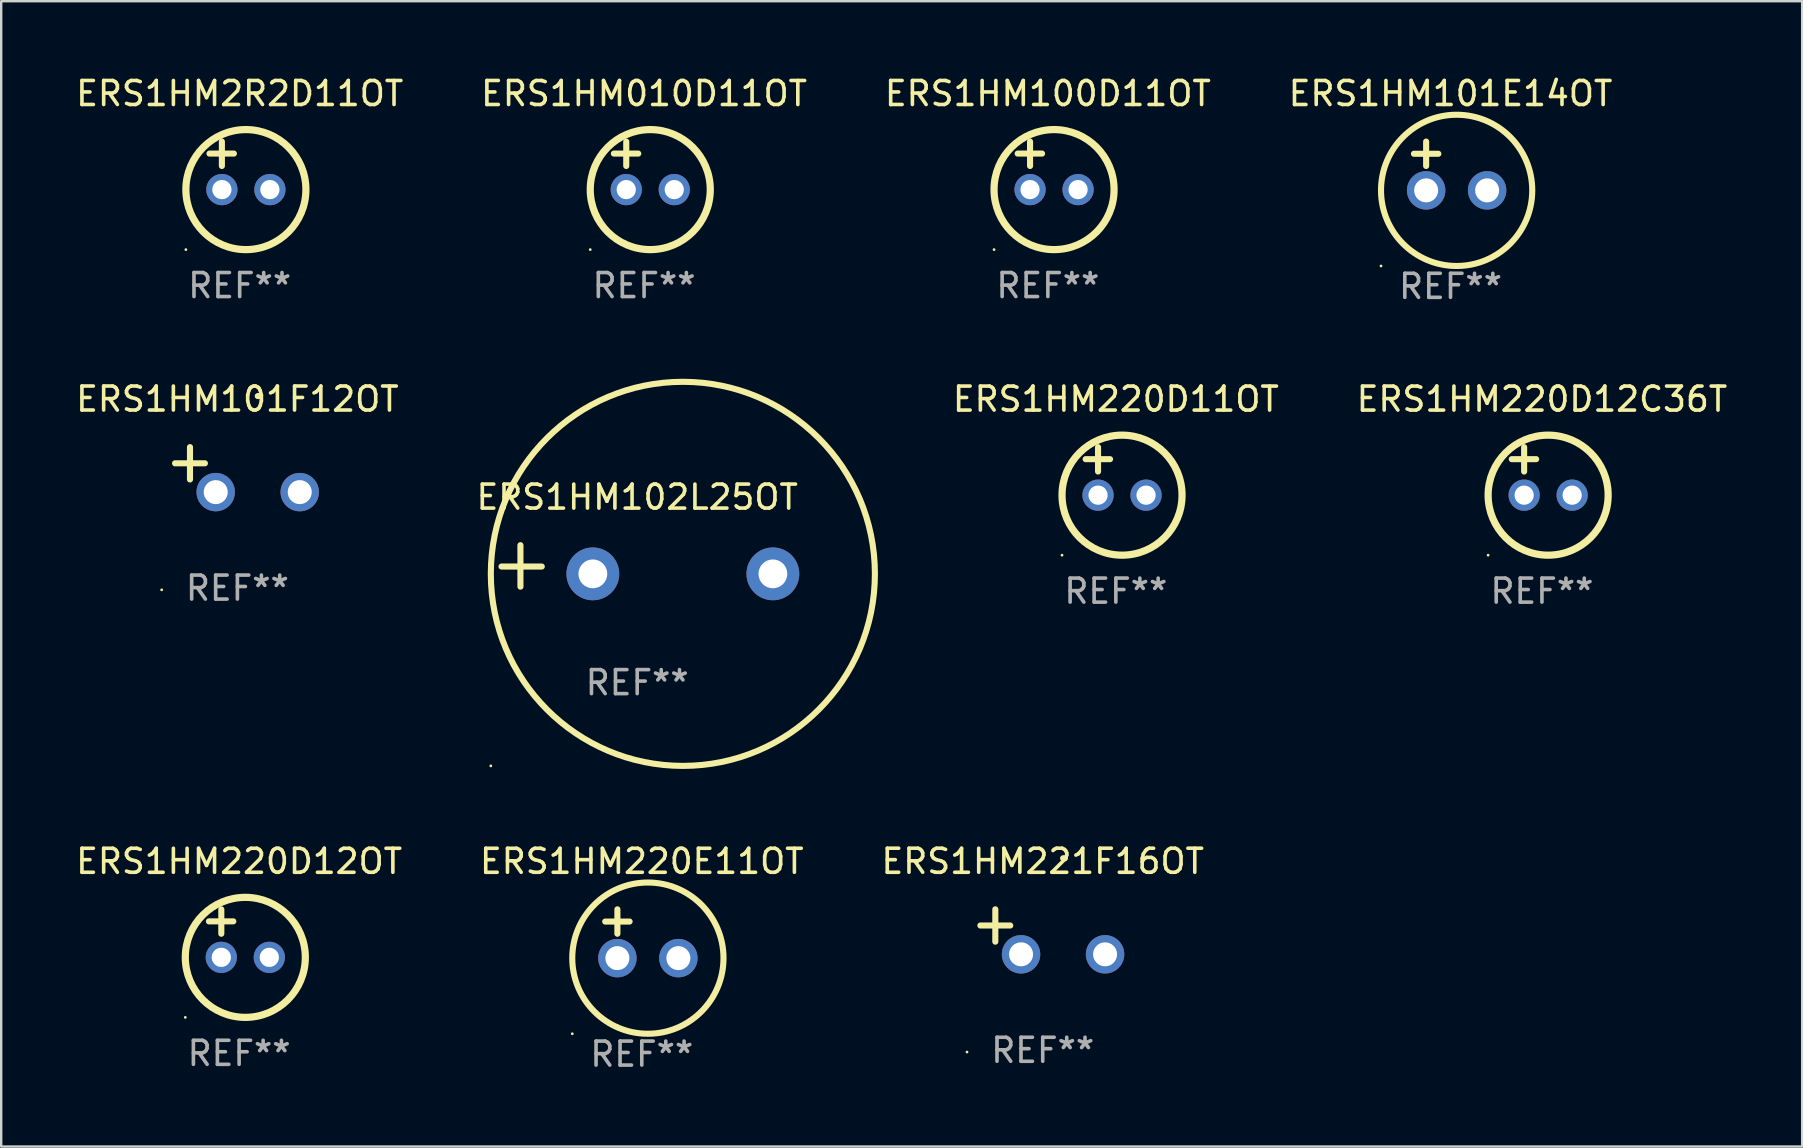
<source format=kicad_pcb>
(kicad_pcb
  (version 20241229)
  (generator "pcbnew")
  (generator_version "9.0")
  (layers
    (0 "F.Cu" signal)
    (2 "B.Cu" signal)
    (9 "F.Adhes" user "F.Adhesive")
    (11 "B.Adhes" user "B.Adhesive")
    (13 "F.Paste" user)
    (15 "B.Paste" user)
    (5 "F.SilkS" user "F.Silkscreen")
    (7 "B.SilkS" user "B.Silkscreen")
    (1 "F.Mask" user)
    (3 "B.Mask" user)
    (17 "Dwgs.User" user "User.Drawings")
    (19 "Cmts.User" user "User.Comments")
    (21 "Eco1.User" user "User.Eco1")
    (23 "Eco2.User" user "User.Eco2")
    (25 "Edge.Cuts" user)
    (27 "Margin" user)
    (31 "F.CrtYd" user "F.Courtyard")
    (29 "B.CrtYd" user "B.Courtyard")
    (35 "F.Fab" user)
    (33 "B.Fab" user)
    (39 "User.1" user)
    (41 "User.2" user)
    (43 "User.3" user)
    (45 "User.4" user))
  (footprint "ERS1HM010D11OT"
    (layer "F.Cu")
    (at 23.78 3.848)
    (property "Reference" "ERS1HM010D11OT" (at 0 -3 0) (layer "F.SilkS") (effects (font (size 1 1) (thickness 0.15))))
    (attr through_hole)
    (fp_line (start -1.258 -0.5) (end -0.242 -0.5) (stroke (width 0.254) (type solid)) (layer "F.SilkS"))
    (fp_line (start -0.742 -1) (end -0.742 0.016) (stroke (width 0.254) (type solid)) (layer "F.SilkS"))
    (fp_circle (center -2.242 3.5) (end -2.212 3.5) (stroke (width 0.06) (type solid)) (fill no) (layer "F.SilkS"))
    (fp_circle (center 0.258 1) (end 2.758 1) (stroke (width 0.3) (type solid)) (fill no) (layer "F.SilkS"))
    (fp_text user "REF**" (at 0 5 0) (layer "F.Fab") (effects (font (size 1 1) (thickness 0.15))))
    (pad "1" thru_hole circle (at -0.742 1) (size 1.3 1.3) (drill 0.8) (layers "*.Cu" "*.Mask"))
    (pad "2" thru_hole circle (at 1.258 1) (size 1.3 1.3) (drill 0.8) (layers "*.Cu" "*.Mask")))
  (footprint "ERS1HM220E11OT"
    (layer "F.Cu")
    (at 23.685 35.847)
    (property "Reference" "ERS1HM220E11OT" (at 0 -3.016 0) (layer "F.SilkS") (effects (font (size 1 1) (thickness 0.15))))
    (attr through_hole)
    (fp_line (start -1.524 -0.508) (end -0.508 -0.508) (stroke (width 0.254) (type solid)) (layer "F.SilkS"))
    (fp_line (start -1.016 -1.016) (end -1.016 0) (stroke (width 0.254) (type solid)) (layer "F.SilkS"))
    (fp_circle (center -2.896 4.166) (end -2.866 4.166) (stroke (width 0.06) (type solid)) (fill no) (layer "F.SilkS"))
    (fp_circle (center 0.254 1.016) (end 3.404 1.016) (stroke (width 0.254) (type solid)) (fill no) (layer "F.SilkS"))
    (fp_text user "REF**" (at 0 5.016 0) (layer "F.Fab") (effects (font (size 1 1) (thickness 0.15))))
    (pad "1" thru_hole circle (at -1.016 1.016) (size 1.6 1.6) (drill 1) (layers "*.Cu" "*.Mask"))
    (pad "2" thru_hole circle (at 1.524 1.016) (size 1.6 1.6) (drill 1) (layers "*.Cu" "*.Mask")))
  (footprint "ERS1HM220D12OT"
    (layer "F.Cu")
    (at 6.911 35.831)
    (property "Reference" "ERS1HM220D12OT" (at 0 -3 0) (layer "F.SilkS") (effects (font (size 1 1) (thickness 0.15))))
    (attr through_hole)
    (fp_line (start -1.258 -0.5) (end -0.242 -0.5) (stroke (width 0.254) (type solid)) (layer "F.SilkS"))
    (fp_line (start -0.742 -1) (end -0.742 0.016) (stroke (width 0.254) (type solid)) (layer "F.SilkS"))
    (fp_circle (center -2.242 3.5) (end -2.212 3.5) (stroke (width 0.06) (type solid)) (fill no) (layer "F.SilkS"))
    (fp_circle (center 0.258 1) (end 2.758 1) (stroke (width 0.3) (type solid)) (fill no) (layer "F.SilkS"))
    (fp_text user "REF**" (at 0 5 0) (layer "F.Fab") (effects (font (size 1 1) (thickness 0.15))))
    (pad "1" thru_hole circle (at -0.742 1) (size 1.3 1.3) (drill 0.8) (layers "*.Cu" "*.Mask"))
    (pad "2" thru_hole circle (at 1.258 1) (size 1.3 1.3) (drill 0.8) (layers "*.Cu" "*.Mask")))
  (footprint "ERS1HM220D12C36T"
    (layer "F.Cu")
    (at 61.183 16.577)
    (property "Reference" "ERS1HM220D12C36T" (at 0 -3 0) (layer "F.SilkS") (effects (font (size 1 1) (thickness 0.15))))
    (attr through_hole)
    (fp_line (start -1.258 -0.5) (end -0.242 -0.5) (stroke (width 0.254) (type solid)) (layer "F.SilkS"))
    (fp_line (start -0.742 -1) (end -0.742 0.016) (stroke (width 0.254) (type solid)) (layer "F.SilkS"))
    (fp_circle (center -2.242 3.5) (end -2.212 3.5) (stroke (width 0.06) (type solid)) (fill no) (layer "F.SilkS"))
    (fp_circle (center 0.258 1) (end 2.758 1) (stroke (width 0.3) (type solid)) (fill no) (layer "F.SilkS"))
    (fp_text user "REF**" (at 0 5 0) (layer "F.Fab") (effects (font (size 1 1) (thickness 0.15))))
    (pad "1" thru_hole circle (at -0.742 1) (size 1.3 1.3) (drill 0.8) (layers "*.Cu" "*.Mask"))
    (pad "2" thru_hole circle (at 1.258 1) (size 1.3 1.3) (drill 0.8) (layers "*.Cu" "*.Mask")))
  (footprint "ERS1HM220D11OT"
    (layer "F.Cu")
    (at 43.433 16.577)
    (property "Reference" "ERS1HM220D11OT" (at 0 -3 0) (layer "F.SilkS") (effects (font (size 1 1) (thickness 0.15))))
    (attr through_hole)
    (fp_line (start -1.258 -0.5) (end -0.242 -0.5) (stroke (width 0.254) (type solid)) (layer "F.SilkS"))
    (fp_line (start -0.742 -1) (end -0.742 0.016) (stroke (width 0.254) (type solid)) (layer "F.SilkS"))
    (fp_circle (center -2.242 3.5) (end -2.212 3.5) (stroke (width 0.06) (type solid)) (fill no) (layer "F.SilkS"))
    (fp_circle (center 0.258 1) (end 2.758 1) (stroke (width 0.3) (type solid)) (fill no) (layer "F.SilkS"))
    (fp_text user "REF**" (at 0 5 0) (layer "F.Fab") (effects (font (size 1 1) (thickness 0.15))))
    (pad "1" thru_hole circle (at -0.742 1) (size 1.3 1.3) (drill 0.8) (layers "*.Cu" "*.Mask"))
    (pad "2" thru_hole circle (at 1.258 1) (size 1.3 1.3) (drill 0.8) (layers "*.Cu" "*.Mask")))
  (footprint "ERS1HM100D11OT"
    (layer "F.Cu")
    (at 40.601 3.848)
    (property "Reference" "ERS1HM100D11OT" (at 0 -3 0) (layer "F.SilkS") (effects (font (size 1 1) (thickness 0.15))))
    (attr through_hole)
    (fp_line (start -1.258 -0.5) (end -0.242 -0.5) (stroke (width 0.254) (type solid)) (layer "F.SilkS"))
    (fp_line (start -0.742 -1) (end -0.742 0.016) (stroke (width 0.254) (type solid)) (layer "F.SilkS"))
    (fp_circle (center -2.242 3.5) (end -2.212 3.5) (stroke (width 0.06) (type solid)) (fill no) (layer "F.SilkS"))
    (fp_circle (center 0.258 1) (end 2.758 1) (stroke (width 0.3) (type solid)) (fill no) (layer "F.SilkS"))
    (fp_text user "REF**" (at 0 5 0) (layer "F.Fab") (effects (font (size 1 1) (thickness 0.15))))
    (pad "1" thru_hole circle (at -0.742 1) (size 1.3 1.3) (drill 0.8) (layers "*.Cu" "*.Mask"))
    (pad "2" thru_hole circle (at 1.258 1) (size 1.3 1.3) (drill 0.8) (layers "*.Cu" "*.Mask")))
  (footprint "ERS1HM101E14OT"
    (layer "F.Cu")
    (at 57.375 3.864)
    (property "Reference" "ERS1HM101E14OT" (at 0 -3.016 0) (layer "F.SilkS") (effects (font (size 1 1) (thickness 0.15))))
    (attr through_hole)
    (fp_line (start -1.524 -0.508) (end -0.508 -0.508) (stroke (width 0.254) (type solid)) (layer "F.SilkS"))
    (fp_line (start -1.016 -1.016) (end -1.016 0) (stroke (width 0.254) (type solid)) (layer "F.SilkS"))
    (fp_circle (center -2.896 4.166) (end -2.866 4.166) (stroke (width 0.06) (type solid)) (fill no) (layer "F.SilkS"))
    (fp_circle (center 0.254 1.016) (end 3.404 1.016) (stroke (width 0.254) (type solid)) (fill no) (layer "F.SilkS"))
    (fp_text user "REF**" (at 0 5.016 0) (layer "F.Fab") (effects (font (size 1 1) (thickness 0.15))))
    (pad "1" thru_hole circle (at -1.016 1.016) (size 1.6 1.6) (drill 1) (layers "*.Cu" "*.Mask"))
    (pad "2" thru_hole circle (at 1.524 1.016) (size 1.6 1.6) (drill 1) (layers "*.Cu" "*.Mask")))
  (footprint "ERS1HM2R2D11OT"
    (layer "F.Cu")
    (at 6.935 3.848)
    (property "Reference" "ERS1HM2R2D11OT" (at 0 -3 0) (layer "F.SilkS") (effects (font (size 1 1) (thickness 0.15))))
    (attr through_hole)
    (fp_line (start -1.258 -0.5) (end -0.242 -0.5) (stroke (width 0.254) (type solid)) (layer "F.SilkS"))
    (fp_line (start -0.742 -1) (end -0.742 0.016) (stroke (width 0.254) (type solid)) (layer "F.SilkS"))
    (fp_circle (center -2.242 3.5) (end -2.212 3.5) (stroke (width 0.06) (type solid)) (fill no) (layer "F.SilkS"))
    (fp_circle (center 0.258 1) (end 2.758 1) (stroke (width 0.3) (type solid)) (fill no) (layer "F.SilkS"))
    (fp_text user "REF**" (at 0 5 0) (layer "F.Fab") (effects (font (size 1 1) (thickness 0.15))))
    (pad "1" thru_hole circle (at -0.742 1) (size 1.3 1.3) (drill 0.8) (layers "*.Cu" "*.Mask"))
    (pad "2" thru_hole circle (at 1.258 1) (size 1.3 1.3) (drill 0.8) (layers "*.Cu" "*.Mask")))
  (footprint "ERS1HM101F12OT"
    (layer "F.Cu")
    (at 6.839 16.513)
    (property "Reference" "ERS1HM101F12OT" (at 0 -2.937 0) (layer "F.SilkS") (effects (font (size 1 1) (thickness 0.15))))
    (attr through_hole)
    (fp_line (start -1.975 0.41) (end -1.975 -0.937) (stroke (width 0.254) (type solid)) (layer "F.SilkS"))
    (fp_line (start -1.353 -0.263) (end -2.597 -0.263) (stroke (width 0.254) (type solid)) (layer "F.SilkS"))
    (fp_arc (start 0.849809 -3.063957) (mid 0.885369 -3.064114) (end 0.920929 -3.063957) (stroke (width 0.254001) (type solid)) (layer "F.SilkS"))
    (fp_circle (center -3.154 5.008) (end -3.124 5.008) (stroke (width 0.06) (type solid)) (fill no) (layer "F.SilkS"))
    (fp_text user "REF**" (at 0 4.937 0) (layer "F.Fab") (effects (font (size 1 1) (thickness 0.15))))
    (pad "1" thru_hole circle (at -0.903 0.937) (size 1.6 1.6) (drill 1) (layers "*.Cu" "*.Mask"))
    (pad "2" thru_hole circle (at 2.597 0.937) (size 1.6 1.6) (drill 1) (layers "*.Cu" "*.Mask")))
  (footprint "ERS1HM221F16OT"
    (layer "F.Cu")
    (at 40.387 35.767)
    (property "Reference" "ERS1HM221F16OT" (at 0 -2.937 0) (layer "F.SilkS") (effects (font (size 1 1) (thickness 0.15))))
    (attr through_hole)
    (fp_line (start -1.975 0.41) (end -1.975 -0.937) (stroke (width 0.254) (type solid)) (layer "F.SilkS"))
    (fp_line (start -1.353 -0.263) (end -2.597 -0.263) (stroke (width 0.254) (type solid)) (layer "F.SilkS"))
    (fp_arc (start 0.849809 -3.063957) (mid 0.885369 -3.064114) (end 0.920929 -3.063957) (stroke (width 0.254001) (type solid)) (layer "F.SilkS"))
    (fp_circle (center -3.154 5.008) (end -3.124 5.008) (stroke (width 0.06) (type solid)) (fill no) (layer "F.SilkS"))
    (fp_text user "REF**" (at 0 4.937 0) (layer "F.Fab") (effects (font (size 1 1) (thickness 0.15))))
    (pad "1" thru_hole circle (at -0.903 0.937) (size 1.6 1.6) (drill 1) (layers "*.Cu" "*.Mask"))
    (pad "2" thru_hole circle (at 2.597 0.937) (size 1.6 1.6) (drill 1) (layers "*.Cu" "*.Mask")))
  (footprint "ERS1HM102L25OT"
    (layer "F.Cu")
    (at 23.494 20.525)
    (property "Reference" "ERS1HM102L25OT" (at 0 -2.864 0) (layer "F.SilkS") (effects (font (size 1 1) (thickness 0.15))))
    (attr through_hole)
    (fp_line (start -4.864 0.864) (end -4.864 -0.864) (stroke (width 0.254) (type solid)) (layer "F.SilkS"))
    (fp_line (start -3.975 0.025) (end -5.652 0.025) (stroke (width 0.254) (type solid)) (layer "F.SilkS"))
    (fp_circle (center -6.098 8.33) (end -6.068 8.33) (stroke (width 0.06) (type solid)) (fill no) (layer "F.SilkS"))
    (fp_circle (center 1.902 0.33) (end 9.902 0.33) (stroke (width 0.254) (type solid)) (fill no) (layer "F.SilkS"))
    (fp_text user "REF**" (at 0 4.864 0) (layer "F.Fab") (effects (font (size 1 1) (thickness 0.15))))
    (pad "1" thru_hole circle (at -1.848 0.33) (size 2.2 2.2) (drill 1.2) (layers "*.Cu" "*.Mask"))
    (pad "2" thru_hole circle (at 5.652 0.33) (size 2.2 2.2) (drill 1.2) (layers "*.Cu" "*.Mask")))
  (gr_rect
    (start -3 -3)
    (end 72.023 44.711)
    (stroke (width 0.1) (type default))
    (fill no)
    (layer "Edge.Cuts")))
</source>
